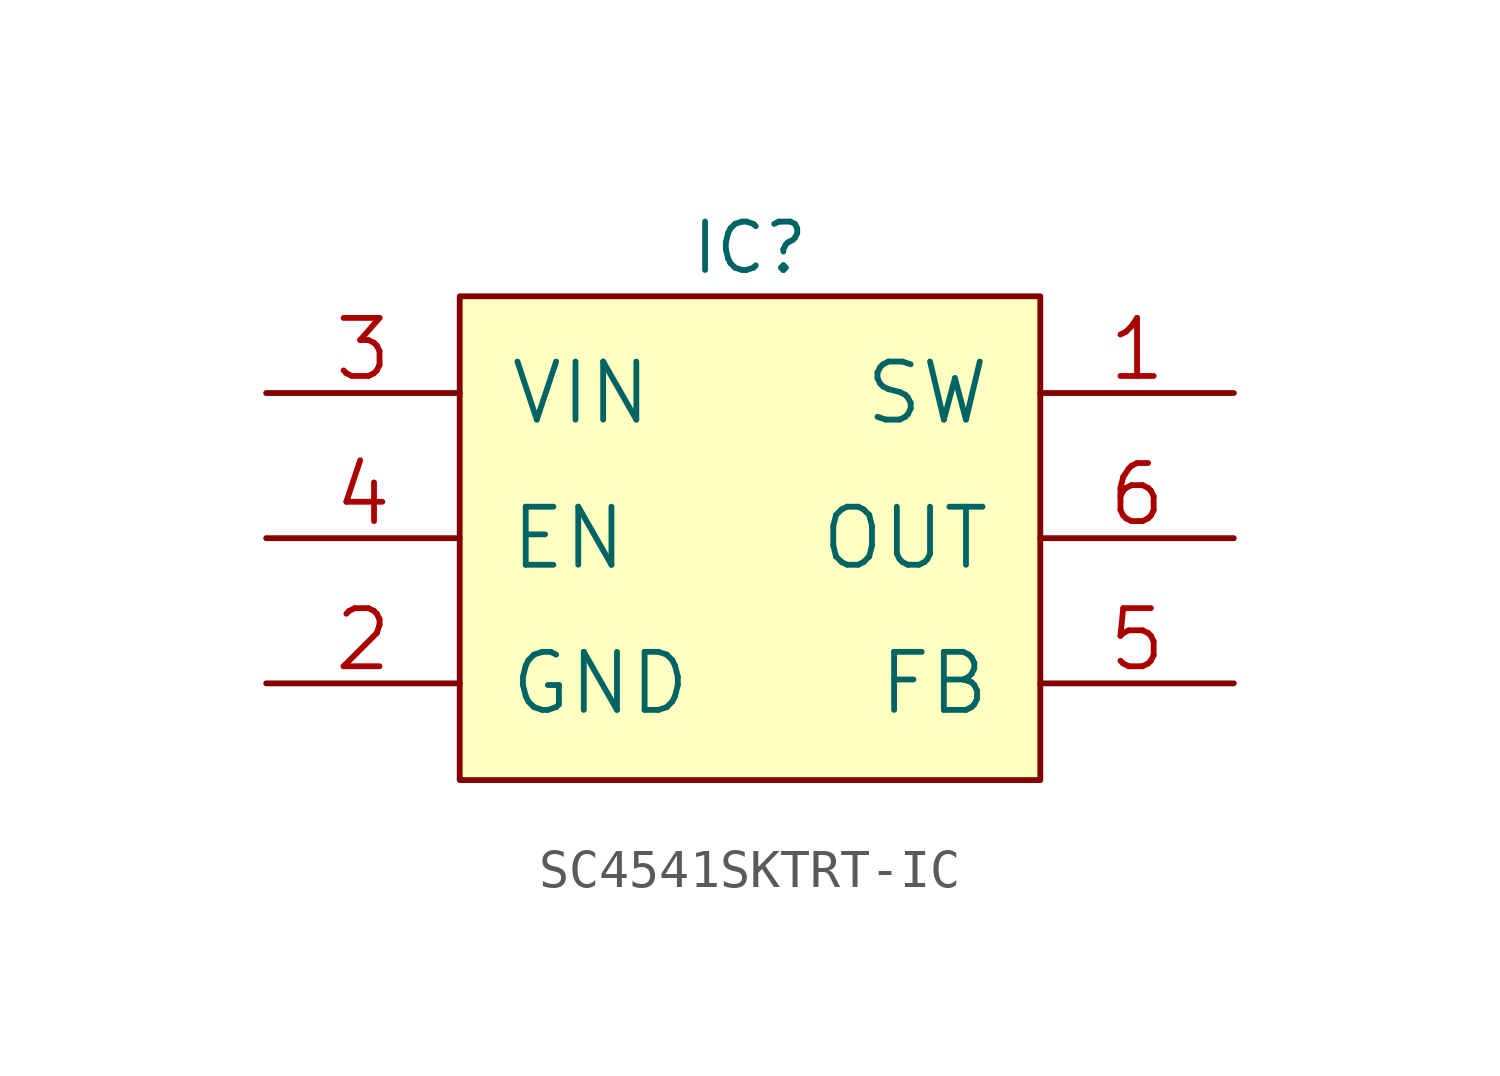
<source format=kicad_sym>
(kicad_symbol_lib
  (version 20200126)
  (host kicad_symbol_editor "(5.99.0-2809-gaceed2b0a4)")
  (symbol "LCD_Board-rescue:SC4541SKTRT-IC"
    (pin_names
      (offset 1.27))
    (property "Reference" "IC"
      (at 7.62 1.27 0)
      (effects (font (size 1.27 1.27))))
    (symbol "SC4541SKTRT-IC_0_1"
      (rectangle (start 0 -12.7) (end 15.24 0) (stroke (width 0)) (fill (type background)))
      (pin power_in line (at 20.32 -2.54 180) (length 5.08) (name "SW" (effects (font (size 1.524 1.524)))) (number "1" (effects (font (size 1.524 1.524)))))
      (pin power_in line (at -5.08 -10.16 0) (length 5.08) (name "GND" (effects (font (size 1.524 1.524)))) (number "2" (effects (font (size 1.524 1.524)))))
      (pin input line (at -5.08 -2.54 0) (length 5.08) (name "VIN" (effects (font (size 1.524 1.524)))) (number "3" (effects (font (size 1.524 1.524)))))
      (pin input line (at -5.08 -6.35 0) (length 5.08) (name "EN" (effects (font (size 1.524 1.524)))) (number "4" (effects (font (size 1.524 1.524)))))
      (pin input line (at 20.32 -10.16 180) (length 5.08) (name "FB" (effects (font (size 1.524 1.524)))) (number "5" (effects (font (size 1.524 1.524)))))
      (pin output line (at 20.32 -6.35 180) (length 5.08) (name "OUT" (effects (font (size 1.524 1.524)))) (number "6" (effects (font (size 1.524 1.524))))))))
</source>
